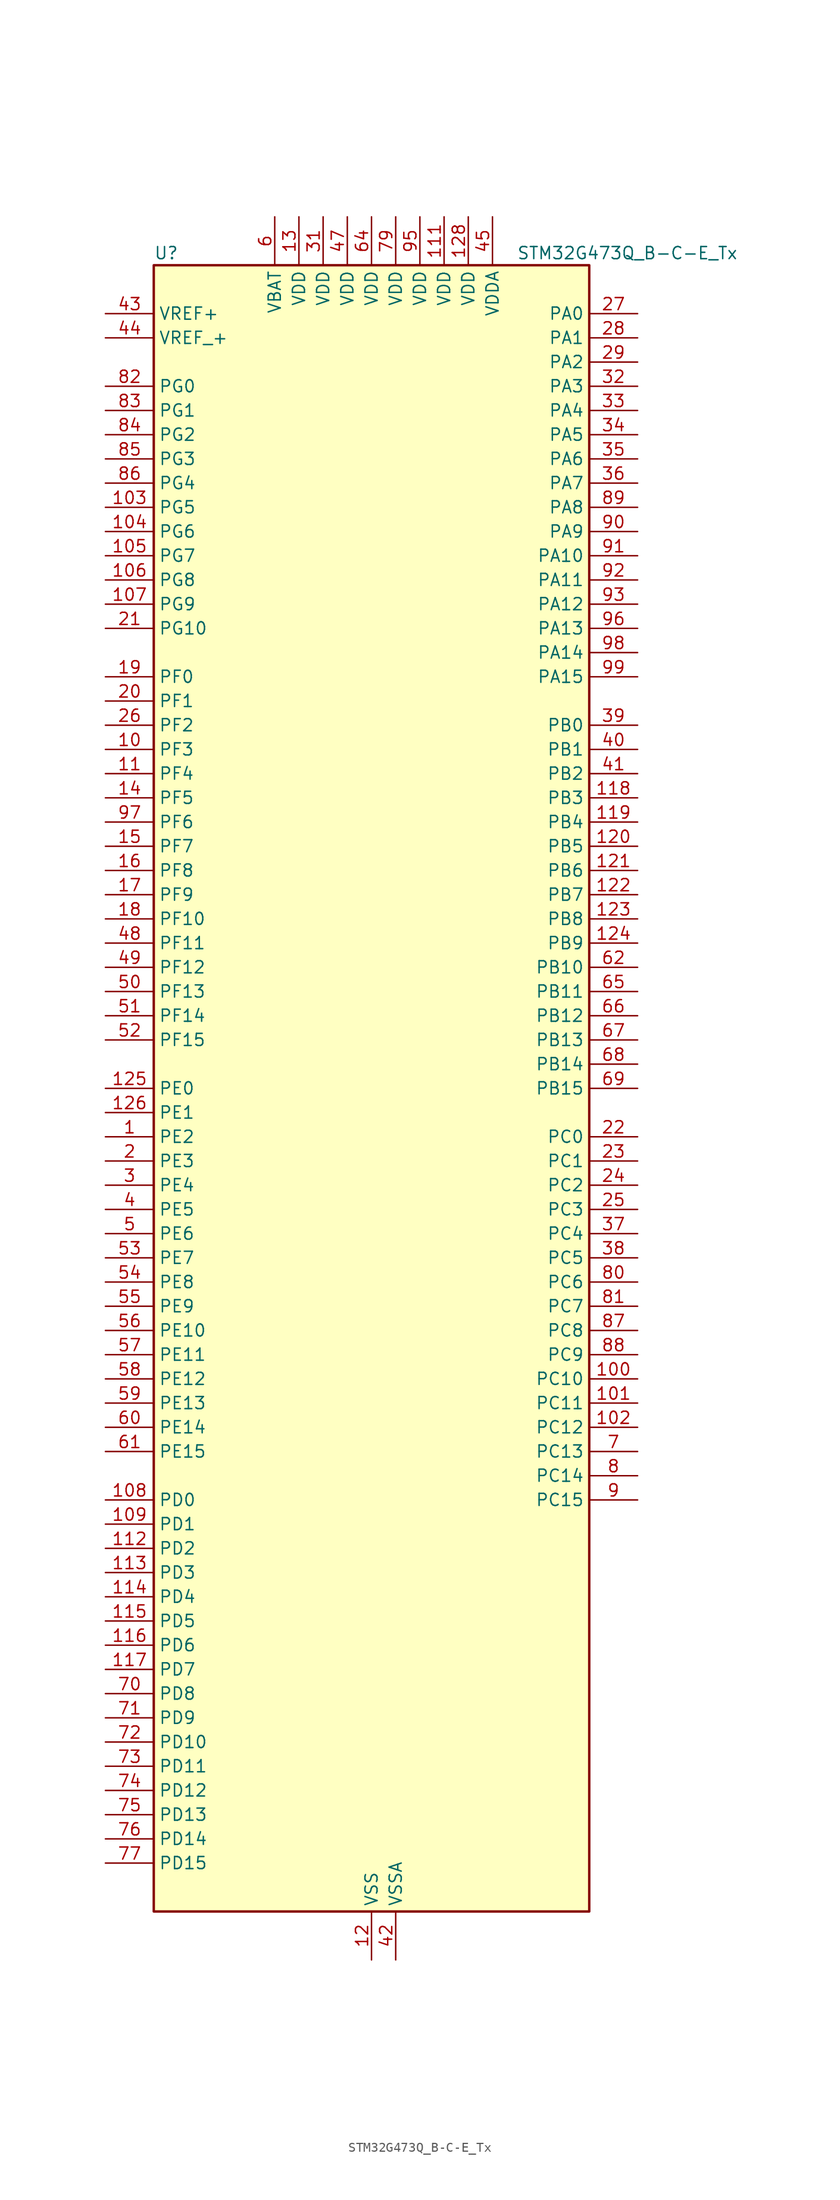
<source format=kicad_sym>
(kicad_symbol_lib
  (version 20241209)
  (generator "kicad_symbol_editor")
  (generator_version "9.0")
  (symbol "STM32G473Q_B-C-E_Tx"
    (property "Reference" "U"
      (at -22.86 87.63 0)
      (effects (font (size 1.27 1.27)) (justify left)))
    (property "Value" "STM32G473Q_B-C-E_Tx"
      (at 15.24 87.63 0)
      (effects (font (size 1.27 1.27)) (justify left)))
    (symbol "STM32G473Q_B-C-E_Tx_0_1"
      (rectangle (start -22.86 -86.36) (end 22.86 86.36) (stroke (width 0.254) (type default)) (fill (type background))))
    (symbol "STM32G473Q_B-C-E_Tx_1_1"
      (pin input line (at -27.94 81.28 0) (length 5.08) (name "VREF+" (effects (font (size 1.27 1.27)))) (number "43" (effects (font (size 1.27 1.27)))) (alternate "VREFBUF_OUT1" bidirectional line))
      (pin input line (at -27.94 78.74 0) (length 5.08) (name "VREF_+" (effects (font (size 1.27 1.27)))) (number "44" (effects (font (size 1.27 1.27)))) (alternate "VREFBUF_OUT2" bidirectional line))
      (pin bidirectional line (at -27.94 73.66 0) (length 5.08) (name "PG0" (effects (font (size 1.27 1.27)))) (number "82" (effects (font (size 1.27 1.27)))) (alternate "FMC_A10" bidirectional line) (alternate "TIM20_CH1N" bidirectional line))
      (pin bidirectional line (at -27.94 71.12 0) (length 5.08) (name "PG1" (effects (font (size 1.27 1.27)))) (number "83" (effects (font (size 1.27 1.27)))) (alternate "FMC_A11" bidirectional line) (alternate "TIM20_CH2N" bidirectional line))
      (pin bidirectional line (at -27.94 68.58 0) (length 5.08) (name "PG2" (effects (font (size 1.27 1.27)))) (number "84" (effects (font (size 1.27 1.27)))) (alternate "ADC3_EXTI2" bidirectional line) (alternate "ADC4_EXTI2" bidirectional line) (alternate "ADC5_EXTI2" bidirectional line) (alternate "FMC_A12" bidirectional line) (alternate "SPI1_SCK" bidirectional line) (alternate "TIM20_CH3N" bidirectional line))
      (pin bidirectional line (at -27.94 66.04 0) (length 5.08) (name "PG3" (effects (font (size 1.27 1.27)))) (number "85" (effects (font (size 1.27 1.27)))) (alternate "ADC3_EXTI3" bidirectional line) (alternate "ADC4_EXTI3" bidirectional line) (alternate "ADC5_EXTI3" bidirectional line) (alternate "FMC_A13" bidirectional line) (alternate "I2C4_SCL" bidirectional line) (alternate "SPI1_MISO" bidirectional line) (alternate "TIM20_BKIN" bidirectional line) (alternate "TIM20_CH4N" bidirectional line))
      (pin bidirectional line (at -27.94 63.5 0) (length 5.08) (name "PG4" (effects (font (size 1.27 1.27)))) (number "86" (effects (font (size 1.27 1.27)))) (alternate "FMC_A14" bidirectional line) (alternate "I2C4_SDA" bidirectional line) (alternate "SPI1_MOSI" bidirectional line) (alternate "TIM20_BKIN2" bidirectional line))
      (pin bidirectional line (at -27.94 60.96 0) (length 5.08) (name "PG5" (effects (font (size 1.27 1.27)))) (number "103" (effects (font (size 1.27 1.27)))) (alternate "FMC_A15" bidirectional line) (alternate "LPUART1_CTS" bidirectional line) (alternate "SPI1_NSS" bidirectional line) (alternate "TIM20_ETR" bidirectional line))
      (pin bidirectional line (at -27.94 58.42 0) (length 5.08) (name "PG6" (effects (font (size 1.27 1.27)))) (number "104" (effects (font (size 1.27 1.27)))) (alternate "FMC_INT" bidirectional line) (alternate "I2C3_SMBA" bidirectional line) (alternate "LPUART1_DE" bidirectional line) (alternate "LPUART1_RTS" bidirectional line) (alternate "TIM20_BKIN" bidirectional line))
      (pin bidirectional line (at -27.94 55.88 0) (length 5.08) (name "PG7" (effects (font (size 1.27 1.27)))) (number "105" (effects (font (size 1.27 1.27)))) (alternate "FMC_INT" bidirectional line) (alternate "I2C3_SCL" bidirectional line) (alternate "LPUART1_TX" bidirectional line) (alternate "SAI1_CK1" bidirectional line) (alternate "SAI1_MCLK_A" bidirectional line))
      (pin bidirectional line (at -27.94 53.34 0) (length 5.08) (name "PG8" (effects (font (size 1.27 1.27)))) (number "106" (effects (font (size 1.27 1.27)))) (alternate "FMC_NE3" bidirectional line) (alternate "I2C3_SDA" bidirectional line) (alternate "LPUART1_RX" bidirectional line))
      (pin bidirectional line (at -27.94 50.8 0) (length 5.08) (name "PG9" (effects (font (size 1.27 1.27)))) (number "107" (effects (font (size 1.27 1.27)))) (alternate "DAC1_EXTI9" bidirectional line) (alternate "DAC2_EXTI9" bidirectional line) (alternate "DAC3_EXTI9" bidirectional line) (alternate "DAC4_EXTI9" bidirectional line) (alternate "FMC_NCE" bidirectional line) (alternate "FMC_NE2" bidirectional line) (alternate "SPI3_SCK" bidirectional line) (alternate "TIM15_CH1N" bidirectional line) (alternate "USART1_TX" bidirectional line))
      (pin bidirectional line (at -27.94 48.26 0) (length 5.08) (name "PG10" (effects (font (size 1.27 1.27)))) (number "21" (effects (font (size 1.27 1.27)))) (alternate "DAC1_EXTI10" bidirectional line) (alternate "DAC2_EXTI10" bidirectional line) (alternate "DAC3_EXTI10" bidirectional line) (alternate "DAC4_EXTI10" bidirectional line) (alternate "RCC_MCO" bidirectional line))
      (pin bidirectional line (at -27.94 43.18 0) (length 5.08) (name "PF0" (effects (font (size 1.27 1.27)))) (number "19" (effects (font (size 1.27 1.27)))) (alternate "ADC1_IN10" bidirectional line) (alternate "I2C2_SDA" bidirectional line) (alternate "I2S2_WS" bidirectional line) (alternate "RCC_OSC_IN" bidirectional line) (alternate "SPI2_NSS" bidirectional line) (alternate "TIM1_CH3N" bidirectional line))
      (pin bidirectional line (at -27.94 40.64 0) (length 5.08) (name "PF1" (effects (font (size 1.27 1.27)))) (number "20" (effects (font (size 1.27 1.27)))) (alternate "ADC2_IN10" bidirectional line) (alternate "COMP3_INM" bidirectional line) (alternate "I2S2_CK" bidirectional line) (alternate "RCC_OSC_OUT" bidirectional line) (alternate "SPI2_SCK" bidirectional line))
      (pin bidirectional line (at -27.94 38.1 0) (length 5.08) (name "PF2" (effects (font (size 1.27 1.27)))) (number "26" (effects (font (size 1.27 1.27)))) (alternate "ADC3_EXTI2" bidirectional line) (alternate "ADC4_EXTI2" bidirectional line) (alternate "ADC5_EXTI2" bidirectional line) (alternate "FMC_A2" bidirectional line) (alternate "I2C2_SMBA" bidirectional line) (alternate "TIM20_CH3" bidirectional line))
      (pin bidirectional line (at -27.94 35.56 0) (length 5.08) (name "PF3" (effects (font (size 1.27 1.27)))) (number "10" (effects (font (size 1.27 1.27)))) (alternate "ADC3_EXTI3" bidirectional line) (alternate "ADC4_EXTI3" bidirectional line) (alternate "ADC5_EXTI3" bidirectional line) (alternate "FMC_A3" bidirectional line) (alternate "I2C3_SCL" bidirectional line) (alternate "TIM20_CH4" bidirectional line))
      (pin bidirectional line (at -27.94 33.02 0) (length 5.08) (name "PF4" (effects (font (size 1.27 1.27)))) (number "11" (effects (font (size 1.27 1.27)))) (alternate "COMP1_OUT" bidirectional line) (alternate "FMC_A4" bidirectional line) (alternate "I2C3_SDA" bidirectional line) (alternate "TIM20_CH1N" bidirectional line))
      (pin bidirectional line (at -27.94 30.48 0) (length 5.08) (name "PF5" (effects (font (size 1.27 1.27)))) (number "14" (effects (font (size 1.27 1.27)))) (alternate "FMC_A5" bidirectional line) (alternate "TIM20_CH2N" bidirectional line))
      (pin bidirectional line (at -27.94 27.94 0) (length 5.08) (name "PF6" (effects (font (size 1.27 1.27)))) (number "97" (effects (font (size 1.27 1.27)))) (alternate "I2C2_SCL" bidirectional line) (alternate "QUADSPI1_BK1_IO3" bidirectional line) (alternate "SAI1_SD_B" bidirectional line) (alternate "TIM4_CH4" bidirectional line) (alternate "TIM5_CH1" bidirectional line) (alternate "TIM5_ETR" bidirectional line) (alternate "USART3_RTS" bidirectional line))
      (pin bidirectional line (at -27.94 25.4 0) (length 5.08) (name "PF7" (effects (font (size 1.27 1.27)))) (number "15" (effects (font (size 1.27 1.27)))) (alternate "FMC_A1" bidirectional line) (alternate "QUADSPI1_BK1_IO2" bidirectional line) (alternate "SAI1_MCLK_B" bidirectional line) (alternate "TIM20_BKIN" bidirectional line) (alternate "TIM5_CH2" bidirectional line))
      (pin bidirectional line (at -27.94 22.86 0) (length 5.08) (name "PF8" (effects (font (size 1.27 1.27)))) (number "16" (effects (font (size 1.27 1.27)))) (alternate "FMC_A24" bidirectional line) (alternate "QUADSPI1_BK1_IO0" bidirectional line) (alternate "SAI1_SCK_B" bidirectional line) (alternate "TIM20_BKIN2" bidirectional line) (alternate "TIM5_CH3" bidirectional line))
      (pin bidirectional line (at -27.94 20.32 0) (length 5.08) (name "PF9" (effects (font (size 1.27 1.27)))) (number "17" (effects (font (size 1.27 1.27)))) (alternate "DAC1_EXTI9" bidirectional line) (alternate "DAC2_EXTI9" bidirectional line) (alternate "DAC3_EXTI9" bidirectional line) (alternate "DAC4_EXTI9" bidirectional line) (alternate "FMC_A25" bidirectional line) (alternate "QUADSPI1_BK1_IO1" bidirectional line) (alternate "SAI1_FS_B" bidirectional line) (alternate "SPI2_SCK" bidirectional line) (alternate "TIM15_CH1" bidirectional line) (alternate "TIM20_BKIN" bidirectional line) (alternate "TIM5_CH4" bidirectional line))
      (pin bidirectional line (at -27.94 17.78 0) (length 5.08) (name "PF10" (effects (font (size 1.27 1.27)))) (number "18" (effects (font (size 1.27 1.27)))) (alternate "DAC1_EXTI10" bidirectional line) (alternate "DAC2_EXTI10" bidirectional line) (alternate "DAC3_EXTI10" bidirectional line) (alternate "DAC4_EXTI10" bidirectional line) (alternate "FMC_A0" bidirectional line) (alternate "QUADSPI1_CLK" bidirectional line) (alternate "SAI1_D3" bidirectional line) (alternate "SPI2_SCK" bidirectional line) (alternate "TIM15_CH2" bidirectional line) (alternate "TIM20_BKIN2" bidirectional line))
      (pin bidirectional line (at -27.94 15.24 0) (length 5.08) (name "PF11" (effects (font (size 1.27 1.27)))) (number "48" (effects (font (size 1.27 1.27)))) (alternate "ADC1_EXTI11" bidirectional line) (alternate "ADC2_EXTI11" bidirectional line) (alternate "FMC_NE4" bidirectional line) (alternate "TIM20_ETR" bidirectional line))
      (pin bidirectional line (at -27.94 12.7 0) (length 5.08) (name "PF12" (effects (font (size 1.27 1.27)))) (number "49" (effects (font (size 1.27 1.27)))) (alternate "FMC_A6" bidirectional line) (alternate "TIM20_CH1" bidirectional line))
      (pin bidirectional line (at -27.94 10.16 0) (length 5.08) (name "PF13" (effects (font (size 1.27 1.27)))) (number "50" (effects (font (size 1.27 1.27)))) (alternate "FMC_A7" bidirectional line) (alternate "I2C4_SMBA" bidirectional line) (alternate "TIM20_CH2" bidirectional line))
      (pin bidirectional line (at -27.94 7.62 0) (length 5.08) (name "PF14" (effects (font (size 1.27 1.27)))) (number "51" (effects (font (size 1.27 1.27)))) (alternate "FMC_A8" bidirectional line) (alternate "I2C4_SCL" bidirectional line) (alternate "TIM20_CH3" bidirectional line))
      (pin bidirectional line (at -27.94 5.08 0) (length 5.08) (name "PF15" (effects (font (size 1.27 1.27)))) (number "52" (effects (font (size 1.27 1.27)))) (alternate "ADC1_EXTI15" bidirectional line) (alternate "ADC2_EXTI15" bidirectional line) (alternate "FMC_A9" bidirectional line) (alternate "I2C4_SDA" bidirectional line) (alternate "TIM20_CH4" bidirectional line))
      (pin bidirectional line (at -27.94 0 0) (length 5.08) (name "PE0" (effects (font (size 1.27 1.27)))) (number "125" (effects (font (size 1.27 1.27)))) (alternate "FMC_NBL0" bidirectional line) (alternate "TIM16_CH1" bidirectional line) (alternate "TIM20_CH4N" bidirectional line) (alternate "TIM20_ETR" bidirectional line) (alternate "TIM4_ETR" bidirectional line) (alternate "USART1_TX" bidirectional line))
      (pin bidirectional line (at -27.94 -2.54 0) (length 5.08) (name "PE1" (effects (font (size 1.27 1.27)))) (number "126" (effects (font (size 1.27 1.27)))) (alternate "FMC_NBL1" bidirectional line) (alternate "TIM17_CH1" bidirectional line) (alternate "TIM20_CH4" bidirectional line) (alternate "USART1_RX" bidirectional line))
      (pin bidirectional line (at -27.94 -5.08 0) (length 5.08) (name "PE2" (effects (font (size 1.27 1.27)))) (number "1" (effects (font (size 1.27 1.27)))) (alternate "ADC3_EXTI2" bidirectional line) (alternate "ADC4_EXTI2" bidirectional line) (alternate "ADC5_EXTI2" bidirectional line) (alternate "FMC_A23" bidirectional line) (alternate "SAI1_CK1" bidirectional line) (alternate "SAI1_MCLK_A" bidirectional line) (alternate "SPI4_SCK" bidirectional line) (alternate "SYS_TRACECLK" bidirectional line) (alternate "TIM20_CH1" bidirectional line) (alternate "TIM3_CH1" bidirectional line))
      (pin bidirectional line (at -27.94 -7.62 0) (length 5.08) (name "PE3" (effects (font (size 1.27 1.27)))) (number "2" (effects (font (size 1.27 1.27)))) (alternate "ADC3_EXTI3" bidirectional line) (alternate "ADC4_EXTI3" bidirectional line) (alternate "ADC5_EXTI3" bidirectional line) (alternate "FMC_A19" bidirectional line) (alternate "SAI1_SD_B" bidirectional line) (alternate "SPI4_NSS" bidirectional line) (alternate "SYS_TRACED0" bidirectional line) (alternate "TIM20_CH2" bidirectional line) (alternate "TIM3_CH2" bidirectional line))
      (pin bidirectional line (at -27.94 -10.16 0) (length 5.08) (name "PE4" (effects (font (size 1.27 1.27)))) (number "3" (effects (font (size 1.27 1.27)))) (alternate "FMC_A20" bidirectional line) (alternate "SAI1_D2" bidirectional line) (alternate "SAI1_FS_A" bidirectional line) (alternate "SPI4_NSS" bidirectional line) (alternate "SYS_TRACED1" bidirectional line) (alternate "TIM20_CH1N" bidirectional line) (alternate "TIM3_CH3" bidirectional line))
      (pin bidirectional line (at -27.94 -12.7 0) (length 5.08) (name "PE5" (effects (font (size 1.27 1.27)))) (number "4" (effects (font (size 1.27 1.27)))) (alternate "FMC_A21" bidirectional line) (alternate "SAI1_CK2" bidirectional line) (alternate "SAI1_SCK_A" bidirectional line) (alternate "SPI4_MISO" bidirectional line) (alternate "SYS_TRACED2" bidirectional line) (alternate "TIM20_CH2N" bidirectional line) (alternate "TIM3_CH4" bidirectional line))
      (pin bidirectional line (at -27.94 -15.24 0) (length 5.08) (name "PE6" (effects (font (size 1.27 1.27)))) (number "5" (effects (font (size 1.27 1.27)))) (alternate "FMC_A22" bidirectional line) (alternate "RTC_TAMP3" bidirectional line) (alternate "SAI1_D1" bidirectional line) (alternate "SAI1_SD_A" bidirectional line) (alternate "SPI4_MOSI" bidirectional line) (alternate "SYS_TRACED3" bidirectional line) (alternate "SYS_WKUP3" bidirectional line) (alternate "TIM20_CH3N" bidirectional line))
      (pin bidirectional line (at -27.94 -17.78 0) (length 5.08) (name "PE7" (effects (font (size 1.27 1.27)))) (number "53" (effects (font (size 1.27 1.27)))) (alternate "ADC3_IN4" bidirectional line) (alternate "COMP4_INP" bidirectional line) (alternate "FMC_D4" bidirectional line) (alternate "FMC_DA4" bidirectional line) (alternate "SAI1_SD_B" bidirectional line) (alternate "TIM1_ETR" bidirectional line))
      (pin bidirectional line (at -27.94 -20.32 0) (length 5.08) (name "PE8" (effects (font (size 1.27 1.27)))) (number "54" (effects (font (size 1.27 1.27)))) (alternate "ADC3_IN6" bidirectional line) (alternate "ADC4_IN6" bidirectional line) (alternate "ADC5_IN6" bidirectional line) (alternate "COMP4_INM" bidirectional line) (alternate "FMC_D5" bidirectional line) (alternate "FMC_DA5" bidirectional line) (alternate "SAI1_SCK_B" bidirectional line) (alternate "TIM1_CH1N" bidirectional line) (alternate "TIM5_CH3" bidirectional line))
      (pin bidirectional line (at -27.94 -22.86 0) (length 5.08) (name "PE9" (effects (font (size 1.27 1.27)))) (number "55" (effects (font (size 1.27 1.27)))) (alternate "ADC3_IN2" bidirectional line) (alternate "DAC1_EXTI9" bidirectional line) (alternate "DAC2_EXTI9" bidirectional line) (alternate "DAC3_EXTI9" bidirectional line) (alternate "DAC4_EXTI9" bidirectional line) (alternate "FMC_D6" bidirectional line) (alternate "FMC_DA6" bidirectional line) (alternate "SAI1_FS_B" bidirectional line) (alternate "TIM1_CH1" bidirectional line) (alternate "TIM5_CH4" bidirectional line))
      (pin bidirectional line (at -27.94 -25.4 0) (length 5.08) (name "PE10" (effects (font (size 1.27 1.27)))) (number "56" (effects (font (size 1.27 1.27)))) (alternate "ADC3_IN14" bidirectional line) (alternate "ADC4_IN14" bidirectional line) (alternate "ADC5_IN14" bidirectional line) (alternate "DAC1_EXTI10" bidirectional line) (alternate "DAC2_EXTI10" bidirectional line) (alternate "DAC3_EXTI10" bidirectional line) (alternate "DAC4_EXTI10" bidirectional line) (alternate "FMC_D7" bidirectional line) (alternate "FMC_DA7" bidirectional line) (alternate "QUADSPI1_CLK" bidirectional line) (alternate "SAI1_MCLK_B" bidirectional line) (alternate "TIM1_CH2N" bidirectional line))
      (pin bidirectional line (at -27.94 -27.94 0) (length 5.08) (name "PE11" (effects (font (size 1.27 1.27)))) (number "57" (effects (font (size 1.27 1.27)))) (alternate "ADC1_EXTI11" bidirectional line) (alternate "ADC2_EXTI11" bidirectional line) (alternate "ADC3_IN15" bidirectional line) (alternate "ADC4_IN15" bidirectional line) (alternate "ADC5_IN15" bidirectional line) (alternate "FMC_D8" bidirectional line) (alternate "FMC_DA8" bidirectional line) (alternate "QUADSPI1_BK1_NCS" bidirectional line) (alternate "SPI4_NSS" bidirectional line) (alternate "TIM1_CH2" bidirectional line))
      (pin bidirectional line (at -27.94 -30.48 0) (length 5.08) (name "PE12" (effects (font (size 1.27 1.27)))) (number "58" (effects (font (size 1.27 1.27)))) (alternate "ADC3_IN16" bidirectional line) (alternate "ADC4_IN16" bidirectional line) (alternate "ADC5_IN16" bidirectional line) (alternate "FMC_D9" bidirectional line) (alternate "FMC_DA9" bidirectional line) (alternate "QUADSPI1_BK1_IO0" bidirectional line) (alternate "SPI4_SCK" bidirectional line) (alternate "TIM1_CH3N" bidirectional line))
      (pin bidirectional line (at -27.94 -33.02 0) (length 5.08) (name "PE13" (effects (font (size 1.27 1.27)))) (number "59" (effects (font (size 1.27 1.27)))) (alternate "ADC3_IN3" bidirectional line) (alternate "FMC_D10" bidirectional line) (alternate "FMC_DA10" bidirectional line) (alternate "QUADSPI1_BK1_IO1" bidirectional line) (alternate "SPI4_MISO" bidirectional line) (alternate "TIM1_CH3" bidirectional line))
      (pin bidirectional line (at -27.94 -35.56 0) (length 5.08) (name "PE14" (effects (font (size 1.27 1.27)))) (number "60" (effects (font (size 1.27 1.27)))) (alternate "ADC4_IN1" bidirectional line) (alternate "FMC_D11" bidirectional line) (alternate "FMC_DA11" bidirectional line) (alternate "QUADSPI1_BK1_IO2" bidirectional line) (alternate "SPI4_MOSI" bidirectional line) (alternate "TIM1_BKIN2" bidirectional line) (alternate "TIM1_CH4" bidirectional line))
      (pin bidirectional line (at -27.94 -38.1 0) (length 5.08) (name "PE15" (effects (font (size 1.27 1.27)))) (number "61" (effects (font (size 1.27 1.27)))) (alternate "ADC1_EXTI15" bidirectional line) (alternate "ADC2_EXTI15" bidirectional line) (alternate "ADC4_IN2" bidirectional line) (alternate "FMC_D12" bidirectional line) (alternate "FMC_DA12" bidirectional line) (alternate "QUADSPI1_BK1_IO3" bidirectional line) (alternate "TIM1_BKIN" bidirectional line) (alternate "TIM1_CH4N" bidirectional line) (alternate "USART3_RX" bidirectional line))
      (pin bidirectional line (at -27.94 -43.18 0) (length 5.08) (name "PD0" (effects (font (size 1.27 1.27)))) (number "108" (effects (font (size 1.27 1.27)))) (alternate "FDCAN1_RX" bidirectional line) (alternate "FMC_D2" bidirectional line) (alternate "FMC_DA2" bidirectional line) (alternate "TIM8_CH4N" bidirectional line))
      (pin bidirectional line (at -27.94 -45.72 0) (length 5.08) (name "PD1" (effects (font (size 1.27 1.27)))) (number "109" (effects (font (size 1.27 1.27)))) (alternate "FDCAN1_TX" bidirectional line) (alternate "FMC_D3" bidirectional line) (alternate "FMC_DA3" bidirectional line) (alternate "TIM8_BKIN2" bidirectional line) (alternate "TIM8_CH4" bidirectional line))
      (pin bidirectional line (at -27.94 -48.26 0) (length 5.08) (name "PD2" (effects (font (size 1.27 1.27)))) (number "112" (effects (font (size 1.27 1.27)))) (alternate "ADC3_EXTI2" bidirectional line) (alternate "ADC4_EXTI2" bidirectional line) (alternate "ADC5_EXTI2" bidirectional line) (alternate "TIM3_ETR" bidirectional line) (alternate "TIM8_BKIN" bidirectional line) (alternate "UART5_RX" bidirectional line))
      (pin bidirectional line (at -27.94 -50.8 0) (length 5.08) (name "PD3" (effects (font (size 1.27 1.27)))) (number "113" (effects (font (size 1.27 1.27)))) (alternate "ADC3_EXTI3" bidirectional line) (alternate "ADC4_EXTI3" bidirectional line) (alternate "ADC5_EXTI3" bidirectional line) (alternate "FMC_CLK" bidirectional line) (alternate "QUADSPI1_BK2_NCS" bidirectional line) (alternate "TIM2_CH1" bidirectional line) (alternate "TIM2_ETR" bidirectional line) (alternate "USART2_CTS" bidirectional line) (alternate "USART2_NSS" bidirectional line))
      (pin bidirectional line (at -27.94 -53.34 0) (length 5.08) (name "PD4" (effects (font (size 1.27 1.27)))) (number "114" (effects (font (size 1.27 1.27)))) (alternate "FMC_NOE" bidirectional line) (alternate "QUADSPI1_BK2_IO0" bidirectional line) (alternate "TIM2_CH2" bidirectional line) (alternate "USART2_DE" bidirectional line) (alternate "USART2_RTS" bidirectional line))
      (pin bidirectional line (at -27.94 -55.88 0) (length 5.08) (name "PD5" (effects (font (size 1.27 1.27)))) (number "115" (effects (font (size 1.27 1.27)))) (alternate "FMC_NWE" bidirectional line) (alternate "QUADSPI1_BK2_IO1" bidirectional line) (alternate "USART2_TX" bidirectional line))
      (pin bidirectional line (at -27.94 -58.42 0) (length 5.08) (name "PD6" (effects (font (size 1.27 1.27)))) (number "116" (effects (font (size 1.27 1.27)))) (alternate "FMC_NWAIT" bidirectional line) (alternate "QUADSPI1_BK2_IO2" bidirectional line) (alternate "SAI1_D1" bidirectional line) (alternate "SAI1_SD_A" bidirectional line) (alternate "TIM2_CH4" bidirectional line) (alternate "USART2_RX" bidirectional line))
      (pin bidirectional line (at -27.94 -60.96 0) (length 5.08) (name "PD7" (effects (font (size 1.27 1.27)))) (number "117" (effects (font (size 1.27 1.27)))) (alternate "FMC_NCE" bidirectional line) (alternate "FMC_NE1" bidirectional line) (alternate "QUADSPI1_BK2_IO3" bidirectional line) (alternate "TIM2_CH3" bidirectional line) (alternate "USART2_CK" bidirectional line))
      (pin bidirectional line (at -27.94 -63.5 0) (length 5.08) (name "PD8" (effects (font (size 1.27 1.27)))) (number "70" (effects (font (size 1.27 1.27)))) (alternate "ADC4_IN12" bidirectional line) (alternate "ADC5_IN12" bidirectional line) (alternate "FMC_D13" bidirectional line) (alternate "FMC_DA13" bidirectional line) (alternate "OPAMP4_VINM" bidirectional line) (alternate "OPAMP4_VINM1" bidirectional line) (alternate "OPAMP4_VINM_SEC" bidirectional line) (alternate "USART3_TX" bidirectional line))
      (pin bidirectional line (at -27.94 -66.04 0) (length 5.08) (name "PD9" (effects (font (size 1.27 1.27)))) (number "71" (effects (font (size 1.27 1.27)))) (alternate "ADC4_IN13" bidirectional line) (alternate "ADC5_IN13" bidirectional line) (alternate "DAC1_EXTI9" bidirectional line) (alternate "DAC2_EXTI9" bidirectional line) (alternate "DAC3_EXTI9" bidirectional line) (alternate "DAC4_EXTI9" bidirectional line) (alternate "FMC_D14" bidirectional line) (alternate "FMC_DA14" bidirectional line) (alternate "OPAMP6_VINP" bidirectional line) (alternate "OPAMP6_VINP_SEC" bidirectional line) (alternate "USART3_RX" bidirectional line))
      (pin bidirectional line (at -27.94 -68.58 0) (length 5.08) (name "PD10" (effects (font (size 1.27 1.27)))) (number "72" (effects (font (size 1.27 1.27)))) (alternate "ADC3_IN7" bidirectional line) (alternate "ADC4_IN7" bidirectional line) (alternate "ADC5_IN7" bidirectional line) (alternate "COMP6_INM" bidirectional line) (alternate "DAC1_EXTI10" bidirectional line) (alternate "DAC2_EXTI10" bidirectional line) (alternate "DAC3_EXTI10" bidirectional line) (alternate "DAC4_EXTI10" bidirectional line) (alternate "FMC_D15" bidirectional line) (alternate "FMC_DA15" bidirectional line) (alternate "USART3_CK" bidirectional line))
      (pin bidirectional line (at -27.94 -71.12 0) (length 5.08) (name "PD11" (effects (font (size 1.27 1.27)))) (number "73" (effects (font (size 1.27 1.27)))) (alternate "ADC1_EXTI11" bidirectional line) (alternate "ADC2_EXTI11" bidirectional line) (alternate "ADC3_IN8" bidirectional line) (alternate "ADC4_IN8" bidirectional line) (alternate "ADC5_IN8" bidirectional line) (alternate "COMP6_INP" bidirectional line) (alternate "FMC_A16" bidirectional line) (alternate "FMC_CLE" bidirectional line) (alternate "I2C4_SMBA" bidirectional line) (alternate "OPAMP4_VINP" bidirectional line) (alternate "OPAMP4_VINP_SEC" bidirectional line) (alternate "TIM5_ETR" bidirectional line) (alternate "USART3_CTS" bidirectional line) (alternate "USART3_NSS" bidirectional line))
      (pin bidirectional line (at -27.94 -73.66 0) (length 5.08) (name "PD12" (effects (font (size 1.27 1.27)))) (number "74" (effects (font (size 1.27 1.27)))) (alternate "ADC3_IN9" bidirectional line) (alternate "ADC4_IN9" bidirectional line) (alternate "ADC5_IN9" bidirectional line) (alternate "COMP5_INP" bidirectional line) (alternate "FMC_A17" bidirectional line) (alternate "FMC_ALE" bidirectional line) (alternate "OPAMP5_VINP" bidirectional line) (alternate "OPAMP5_VINP_SEC" bidirectional line) (alternate "TIM4_CH1" bidirectional line) (alternate "USART3_DE" bidirectional line) (alternate "USART3_RTS" bidirectional line))
      (pin bidirectional line (at -27.94 -76.2 0) (length 5.08) (name "PD13" (effects (font (size 1.27 1.27)))) (number "75" (effects (font (size 1.27 1.27)))) (alternate "ADC3_IN10" bidirectional line) (alternate "ADC4_IN10" bidirectional line) (alternate "ADC5_IN10" bidirectional line) (alternate "COMP5_INM" bidirectional line) (alternate "FMC_A18" bidirectional line) (alternate "TIM4_CH2" bidirectional line))
      (pin bidirectional line (at -27.94 -78.74 0) (length 5.08) (name "PD14" (effects (font (size 1.27 1.27)))) (number "76" (effects (font (size 1.27 1.27)))) (alternate "ADC3_IN11" bidirectional line) (alternate "ADC4_IN11" bidirectional line) (alternate "ADC5_IN11" bidirectional line) (alternate "COMP7_INP" bidirectional line) (alternate "FMC_D0" bidirectional line) (alternate "FMC_DA0" bidirectional line) (alternate "OPAMP2_VINP" bidirectional line) (alternate "OPAMP2_VINP_SEC" bidirectional line) (alternate "TIM4_CH3" bidirectional line))
      (pin bidirectional line (at -27.94 -81.28 0) (length 5.08) (name "PD15" (effects (font (size 1.27 1.27)))) (number "77" (effects (font (size 1.27 1.27)))) (alternate "ADC1_EXTI15" bidirectional line) (alternate "ADC2_EXTI15" bidirectional line) (alternate "COMP7_INM" bidirectional line) (alternate "FMC_D1" bidirectional line) (alternate "FMC_DA1" bidirectional line) (alternate "SPI2_NSS" bidirectional line) (alternate "TIM4_CH4" bidirectional line))
      (pin power_in line (at -10.16 91.44 270) (length 5.08) (name "VBAT" (effects (font (size 1.27 1.27)))) (number "6" (effects (font (size 1.27 1.27)))))
      (pin power_in line (at -7.62 91.44 270) (length 5.08) (name "VDD" (effects (font (size 1.27 1.27)))) (number "13" (effects (font (size 1.27 1.27)))))
      (pin power_in line (at -5.08 91.44 270) (length 5.08) (name "VDD" (effects (font (size 1.27 1.27)))) (number "31" (effects (font (size 1.27 1.27)))))
      (pin power_in line (at -2.54 91.44 270) (length 5.08) (name "VDD" (effects (font (size 1.27 1.27)))) (number "47" (effects (font (size 1.27 1.27)))))
      (pin power_in line (at 0 91.44 270) (length 5.08) (name "VDD" (effects (font (size 1.27 1.27)))) (number "64" (effects (font (size 1.27 1.27)))))
      (pin passive line (at 0 -91.44 90) (length 5.08) (hide yes) (name "VSS" (effects (font (size 1.27 1.27)))) (number "110" (effects (font (size 1.27 1.27)))))
      (pin power_in line (at 0 -91.44 90) (length 5.08) (name "VSS" (effects (font (size 1.27 1.27)))) (number "12" (effects (font (size 1.27 1.27)))))
      (pin passive line (at 0 -91.44 90) (length 5.08) (hide yes) (name "VSS" (effects (font (size 1.27 1.27)))) (number "127" (effects (font (size 1.27 1.27)))))
      (pin passive line (at 0 -91.44 90) (length 5.08) (hide yes) (name "VSS" (effects (font (size 1.27 1.27)))) (number "30" (effects (font (size 1.27 1.27)))))
      (pin passive line (at 0 -91.44 90) (length 5.08) (hide yes) (name "VSS" (effects (font (size 1.27 1.27)))) (number "46" (effects (font (size 1.27 1.27)))))
      (pin passive line (at 0 -91.44 90) (length 5.08) (hide yes) (name "VSS" (effects (font (size 1.27 1.27)))) (number "63" (effects (font (size 1.27 1.27)))))
      (pin passive line (at 0 -91.44 90) (length 5.08) (hide yes) (name "VSS" (effects (font (size 1.27 1.27)))) (number "78" (effects (font (size 1.27 1.27)))))
      (pin passive line (at 0 -91.44 90) (length 5.08) (hide yes) (name "VSS" (effects (font (size 1.27 1.27)))) (number "94" (effects (font (size 1.27 1.27)))))
      (pin power_in line (at 2.54 91.44 270) (length 5.08) (name "VDD" (effects (font (size 1.27 1.27)))) (number "79" (effects (font (size 1.27 1.27)))))
      (pin power_in line (at 2.54 -91.44 90) (length 5.08) (name "VSSA" (effects (font (size 1.27 1.27)))) (number "42" (effects (font (size 1.27 1.27)))))
      (pin power_in line (at 5.08 91.44 270) (length 5.08) (name "VDD" (effects (font (size 1.27 1.27)))) (number "95" (effects (font (size 1.27 1.27)))))
      (pin power_in line (at 7.62 91.44 270) (length 5.08) (name "VDD" (effects (font (size 1.27 1.27)))) (number "111" (effects (font (size 1.27 1.27)))))
      (pin power_in line (at 10.16 91.44 270) (length 5.08) (name "VDD" (effects (font (size 1.27 1.27)))) (number "128" (effects (font (size 1.27 1.27)))))
      (pin power_in line (at 12.7 91.44 270) (length 5.08) (name "VDDA" (effects (font (size 1.27 1.27)))) (number "45" (effects (font (size 1.27 1.27)))))
      (pin bidirectional line (at 27.94 81.28 180) (length 5.08) (name "PA0" (effects (font (size 1.27 1.27)))) (number "27" (effects (font (size 1.27 1.27)))) (alternate "ADC1_IN1" bidirectional line) (alternate "ADC2_IN1" bidirectional line) (alternate "COMP1_INM" bidirectional line) (alternate "COMP1_OUT" bidirectional line) (alternate "COMP3_INP" bidirectional line) (alternate "RTC_TAMP2" bidirectional line) (alternate "SYS_WKUP1" bidirectional line) (alternate "TIM2_CH1" bidirectional line) (alternate "TIM2_ETR" bidirectional line) (alternate "TIM5_CH1" bidirectional line) (alternate "TIM8_BKIN" bidirectional line) (alternate "TIM8_ETR" bidirectional line) (alternate "USART2_CTS" bidirectional line) (alternate "USART2_NSS" bidirectional line))
      (pin bidirectional line (at 27.94 78.74 180) (length 5.08) (name "PA1" (effects (font (size 1.27 1.27)))) (number "28" (effects (font (size 1.27 1.27)))) (alternate "ADC1_IN2" bidirectional line) (alternate "ADC2_IN2" bidirectional line) (alternate "COMP1_INP" bidirectional line) (alternate "OPAMP1_VINP" bidirectional line) (alternate "OPAMP1_VINP_SEC" bidirectional line) (alternate "OPAMP3_VINP" bidirectional line) (alternate "OPAMP3_VINP_SEC" bidirectional line) (alternate "OPAMP6_VINM" bidirectional line) (alternate "OPAMP6_VINM0" bidirectional line) (alternate "OPAMP6_VINM_SEC" bidirectional line) (alternate "RTC_REFIN" bidirectional line) (alternate "TIM15_CH1N" bidirectional line) (alternate "TIM2_CH2" bidirectional line) (alternate "TIM5_CH2" bidirectional line) (alternate "USART2_DE" bidirectional line) (alternate "USART2_RTS" bidirectional line))
      (pin bidirectional line (at 27.94 76.2 180) (length 5.08) (name "PA2" (effects (font (size 1.27 1.27)))) (number "29" (effects (font (size 1.27 1.27)))) (alternate "ADC1_IN3" bidirectional line) (alternate "ADC3_EXTI2" bidirectional line) (alternate "ADC4_EXTI2" bidirectional line) (alternate "ADC5_EXTI2" bidirectional line) (alternate "COMP2_INM" bidirectional line) (alternate "COMP2_OUT" bidirectional line) (alternate "LPUART1_TX" bidirectional line) (alternate "OPAMP1_VOUT" bidirectional line) (alternate "QUADSPI1_BK1_NCS" bidirectional line) (alternate "RCC_LSCO" bidirectional line) (alternate "SYS_WKUP4" bidirectional line) (alternate "TIM15_CH1" bidirectional line) (alternate "TIM2_CH3" bidirectional line) (alternate "TIM5_CH3" bidirectional line) (alternate "UCPD1_FRSTX1" bidirectional line) (alternate "UCPD1_FRSTX2" bidirectional line) (alternate "USART2_TX" bidirectional line))
      (pin bidirectional line (at 27.94 73.66 180) (length 5.08) (name "PA3" (effects (font (size 1.27 1.27)))) (number "32" (effects (font (size 1.27 1.27)))) (alternate "ADC1_IN4" bidirectional line) (alternate "ADC3_EXTI3" bidirectional line) (alternate "ADC4_EXTI3" bidirectional line) (alternate "ADC5_EXTI3" bidirectional line) (alternate "COMP2_INP" bidirectional line) (alternate "LPUART1_RX" bidirectional line) (alternate "OPAMP1_VINM" bidirectional line) (alternate "OPAMP1_VINM0" bidirectional line) (alternate "OPAMP1_VINM_SEC" bidirectional line) (alternate "OPAMP1_VINP" bidirectional line) (alternate "OPAMP1_VINP_SEC" bidirectional line) (alternate "OPAMP5_VINM" bidirectional line) (alternate "OPAMP5_VINM1" bidirectional line) (alternate "OPAMP5_VINM_SEC" bidirectional line) (alternate "QUADSPI1_CLK" bidirectional line) (alternate "SAI1_CK1" bidirectional line) (alternate "SAI1_MCLK_A" bidirectional line) (alternate "TIM15_CH2" bidirectional line) (alternate "TIM2_CH4" bidirectional line) (alternate "TIM5_CH4" bidirectional line) (alternate "USART2_RX" bidirectional line))
      (pin bidirectional line (at 27.94 71.12 180) (length 5.08) (name "PA4" (effects (font (size 1.27 1.27)))) (number "33" (effects (font (size 1.27 1.27)))) (alternate "ADC2_IN17" bidirectional line) (alternate "COMP1_INM" bidirectional line) (alternate "DAC1_OUT1" bidirectional line) (alternate "I2S3_WS" bidirectional line) (alternate "SAI1_FS_B" bidirectional line) (alternate "SPI1_NSS" bidirectional line) (alternate "SPI3_NSS" bidirectional line) (alternate "TIM3_CH2" bidirectional line) (alternate "USART2_CK" bidirectional line))
      (pin bidirectional line (at 27.94 68.58 180) (length 5.08) (name "PA5" (effects (font (size 1.27 1.27)))) (number "34" (effects (font (size 1.27 1.27)))) (alternate "ADC2_IN13" bidirectional line) (alternate "COMP2_INM" bidirectional line) (alternate "DAC1_OUT2" bidirectional line) (alternate "OPAMP2_VINM" bidirectional line) (alternate "OPAMP2_VINM0" bidirectional line) (alternate "OPAMP2_VINM_SEC" bidirectional line) (alternate "SPI1_SCK" bidirectional line) (alternate "TIM2_CH1" bidirectional line) (alternate "TIM2_ETR" bidirectional line) (alternate "UCPD1_FRSTX1" bidirectional line) (alternate "UCPD1_FRSTX2" bidirectional line))
      (pin bidirectional line (at 27.94 66.04 180) (length 5.08) (name "PA6" (effects (font (size 1.27 1.27)))) (number "35" (effects (font (size 1.27 1.27)))) (alternate "ADC2_IN3" bidirectional line) (alternate "COMP1_OUT" bidirectional line) (alternate "DAC2_OUT1" bidirectional line) (alternate "LPUART1_CTS" bidirectional line) (alternate "OPAMP2_VOUT" bidirectional line) (alternate "QUADSPI1_BK1_IO3" bidirectional line) (alternate "SPI1_MISO" bidirectional line) (alternate "TIM16_CH1" bidirectional line) (alternate "TIM1_BKIN" bidirectional line) (alternate "TIM3_CH1" bidirectional line) (alternate "TIM8_BKIN" bidirectional line))
      (pin bidirectional line (at 27.94 63.5 180) (length 5.08) (name "PA7" (effects (font (size 1.27 1.27)))) (number "36" (effects (font (size 1.27 1.27)))) (alternate "ADC2_IN4" bidirectional line) (alternate "COMP2_INP" bidirectional line) (alternate "COMP2_OUT" bidirectional line) (alternate "OPAMP1_VINP" bidirectional line) (alternate "OPAMP1_VINP_SEC" bidirectional line) (alternate "OPAMP2_VINP" bidirectional line) (alternate "OPAMP2_VINP_SEC" bidirectional line) (alternate "QUADSPI1_BK1_IO2" bidirectional line) (alternate "SPI1_MOSI" bidirectional line) (alternate "TIM17_CH1" bidirectional line) (alternate "TIM1_CH1N" bidirectional line) (alternate "TIM3_CH2" bidirectional line) (alternate "TIM8_CH1N" bidirectional line) (alternate "UCPD1_FRSTX1" bidirectional line) (alternate "UCPD1_FRSTX2" bidirectional line))
      (pin bidirectional line (at 27.94 60.96 180) (length 5.08) (name "PA8" (effects (font (size 1.27 1.27)))) (number "89" (effects (font (size 1.27 1.27)))) (alternate "ADC5_IN1" bidirectional line) (alternate "COMP7_OUT" bidirectional line) (alternate "FDCAN3_RX" bidirectional line) (alternate "I2C2_SDA" bidirectional line) (alternate "I2C3_SCL" bidirectional line) (alternate "I2S2_MCK" bidirectional line) (alternate "OPAMP5_VOUT" bidirectional line) (alternate "RCC_MCO" bidirectional line) (alternate "SAI1_CK2" bidirectional line) (alternate "SAI1_SCK_A" bidirectional line) (alternate "TIM1_CH1" bidirectional line) (alternate "TIM4_ETR" bidirectional line) (alternate "USART1_CK" bidirectional line))
      (pin bidirectional line (at 27.94 58.42 180) (length 5.08) (name "PA9" (effects (font (size 1.27 1.27)))) (number "90" (effects (font (size 1.27 1.27)))) (alternate "ADC5_IN2" bidirectional line) (alternate "COMP5_OUT" bidirectional line) (alternate "DAC1_EXTI9" bidirectional line) (alternate "DAC2_EXTI9" bidirectional line) (alternate "DAC3_EXTI9" bidirectional line) (alternate "DAC4_EXTI9" bidirectional line) (alternate "I2C2_SCL" bidirectional line) (alternate "I2C3_SMBA" bidirectional line) (alternate "I2S3_MCK" bidirectional line) (alternate "SAI1_FS_A" bidirectional line) (alternate "TIM15_BKIN" bidirectional line) (alternate "TIM1_CH2" bidirectional line) (alternate "TIM2_CH3" bidirectional line) (alternate "UCPD1_DBCC1" bidirectional line) (alternate "USART1_TX" bidirectional line))
      (pin bidirectional line (at 27.94 55.88 180) (length 5.08) (name "PA10" (effects (font (size 1.27 1.27)))) (number "91" (effects (font (size 1.27 1.27)))) (alternate "COMP6_OUT" bidirectional line) (alternate "CRS_SYNC" bidirectional line) (alternate "DAC1_EXTI10" bidirectional line) (alternate "DAC2_EXTI10" bidirectional line) (alternate "DAC3_EXTI10" bidirectional line) (alternate "DAC4_EXTI10" bidirectional line) (alternate "I2C2_SMBA" bidirectional line) (alternate "SAI1_D1" bidirectional line) (alternate "SAI1_SD_A" bidirectional line) (alternate "SPI2_MISO" bidirectional line) (alternate "TIM17_BKIN" bidirectional line) (alternate "TIM1_CH3" bidirectional line) (alternate "TIM2_CH4" bidirectional line) (alternate "TIM8_BKIN" bidirectional line) (alternate "UCPD1_DBCC2" bidirectional line) (alternate "USART1_RX" bidirectional line))
      (pin bidirectional line (at 27.94 53.34 180) (length 5.08) (name "PA11" (effects (font (size 1.27 1.27)))) (number "92" (effects (font (size 1.27 1.27)))) (alternate "ADC1_EXTI11" bidirectional line) (alternate "ADC2_EXTI11" bidirectional line) (alternate "COMP1_OUT" bidirectional line) (alternate "FDCAN1_RX" bidirectional line) (alternate "I2S2_SD" bidirectional line) (alternate "SPI2_MOSI" bidirectional line) (alternate "TIM1_BKIN2" bidirectional line) (alternate "TIM1_CH1N" bidirectional line) (alternate "TIM1_CH4" bidirectional line) (alternate "TIM4_CH1" bidirectional line) (alternate "USART1_CTS" bidirectional line) (alternate "USART1_NSS" bidirectional line) (alternate "USB_DM" bidirectional line))
      (pin bidirectional line (at 27.94 50.8 180) (length 5.08) (name "PA12" (effects (font (size 1.27 1.27)))) (number "93" (effects (font (size 1.27 1.27)))) (alternate "COMP2_OUT" bidirectional line) (alternate "FDCAN1_TX" bidirectional line) (alternate "I2S_CKIN" bidirectional line) (alternate "TIM16_CH1" bidirectional line) (alternate "TIM1_CH2N" bidirectional line) (alternate "TIM1_ETR" bidirectional line) (alternate "TIM4_CH2" bidirectional line) (alternate "USART1_DE" bidirectional line) (alternate "USART1_RTS" bidirectional line) (alternate "USB_DP" bidirectional line))
      (pin bidirectional line (at 27.94 48.26 180) (length 5.08) (name "PA13" (effects (font (size 1.27 1.27)))) (number "96" (effects (font (size 1.27 1.27)))) (alternate "I2C1_SCL" bidirectional line) (alternate "I2C4_SCL" bidirectional line) (alternate "IR_OUT" bidirectional line) (alternate "SAI1_SD_B" bidirectional line) (alternate "SYS_JTMS-SWDIO" bidirectional line) (alternate "TIM16_CH1N" bidirectional line) (alternate "TIM4_CH3" bidirectional line) (alternate "USART3_CTS" bidirectional line) (alternate "USART3_NSS" bidirectional line))
      (pin bidirectional line (at 27.94 45.72 180) (length 5.08) (name "PA14" (effects (font (size 1.27 1.27)))) (number "98" (effects (font (size 1.27 1.27)))) (alternate "I2C1_SDA" bidirectional line) (alternate "I2C4_SMBA" bidirectional line) (alternate "LPTIM1_OUT" bidirectional line) (alternate "SAI1_FS_B" bidirectional line) (alternate "SYS_JTCK-SWCLK" bidirectional line) (alternate "TIM1_BKIN" bidirectional line) (alternate "TIM8_CH2" bidirectional line) (alternate "USART2_TX" bidirectional line))
      (pin bidirectional line (at 27.94 43.18 180) (length 5.08) (name "PA15" (effects (font (size 1.27 1.27)))) (number "99" (effects (font (size 1.27 1.27)))) (alternate "ADC1_EXTI15" bidirectional line) (alternate "ADC2_EXTI15" bidirectional line) (alternate "FDCAN3_TX" bidirectional line) (alternate "I2C1_SCL" bidirectional line) (alternate "I2S3_WS" bidirectional line) (alternate "SPI1_NSS" bidirectional line) (alternate "SPI3_NSS" bidirectional line) (alternate "SYS_JTDI" bidirectional line) (alternate "TIM1_BKIN" bidirectional line) (alternate "TIM2_CH1" bidirectional line) (alternate "TIM2_ETR" bidirectional line) (alternate "TIM8_CH1" bidirectional line) (alternate "UART4_DE" bidirectional line) (alternate "UART4_RTS" bidirectional line) (alternate "USART2_RX" bidirectional line))
      (pin bidirectional line (at 27.94 38.1 180) (length 5.08) (name "PB0" (effects (font (size 1.27 1.27)))) (number "39" (effects (font (size 1.27 1.27)))) (alternate "ADC1_IN15" bidirectional line) (alternate "ADC3_IN12" bidirectional line) (alternate "COMP4_INP" bidirectional line) (alternate "OPAMP2_VINP" bidirectional line) (alternate "OPAMP2_VINP_SEC" bidirectional line) (alternate "OPAMP3_VINP" bidirectional line) (alternate "OPAMP3_VINP_SEC" bidirectional line) (alternate "QUADSPI1_BK1_IO1" bidirectional line) (alternate "TIM1_CH2N" bidirectional line) (alternate "TIM3_CH3" bidirectional line) (alternate "TIM8_CH2N" bidirectional line) (alternate "UCPD1_FRSTX1" bidirectional line) (alternate "UCPD1_FRSTX2" bidirectional line))
      (pin bidirectional line (at 27.94 35.56 180) (length 5.08) (name "PB1" (effects (font (size 1.27 1.27)))) (number "40" (effects (font (size 1.27 1.27)))) (alternate "ADC1_IN12" bidirectional line) (alternate "ADC3_IN1" bidirectional line) (alternate "COMP1_INP" bidirectional line) (alternate "COMP4_OUT" bidirectional line) (alternate "LPUART1_DE" bidirectional line) (alternate "LPUART1_RTS" bidirectional line) (alternate "OPAMP3_VOUT" bidirectional line) (alternate "OPAMP6_VINM" bidirectional line) (alternate "OPAMP6_VINM1" bidirectional line) (alternate "OPAMP6_VINM_SEC" bidirectional line) (alternate "QUADSPI1_BK1_IO0" bidirectional line) (alternate "TIM1_CH3N" bidirectional line) (alternate "TIM3_CH4" bidirectional line) (alternate "TIM8_CH3N" bidirectional line))
      (pin bidirectional line (at 27.94 33.02 180) (length 5.08) (name "PB2" (effects (font (size 1.27 1.27)))) (number "41" (effects (font (size 1.27 1.27)))) (alternate "ADC2_IN12" bidirectional line) (alternate "ADC3_EXTI2" bidirectional line) (alternate "ADC4_EXTI2" bidirectional line) (alternate "ADC5_EXTI2" bidirectional line) (alternate "COMP4_INM" bidirectional line) (alternate "I2C3_SMBA" bidirectional line) (alternate "LPTIM1_OUT" bidirectional line) (alternate "OPAMP3_VINM" bidirectional line) (alternate "OPAMP3_VINM0" bidirectional line) (alternate "OPAMP3_VINM_SEC" bidirectional line) (alternate "QUADSPI1_BK2_IO1" bidirectional line) (alternate "RTC_OUT2" bidirectional line) (alternate "TIM20_CH1" bidirectional line) (alternate "TIM5_CH1" bidirectional line))
      (pin bidirectional line (at 27.94 30.48 180) (length 5.08) (name "PB3" (effects (font (size 1.27 1.27)))) (number "118" (effects (font (size 1.27 1.27)))) (alternate "ADC3_EXTI3" bidirectional line) (alternate "ADC4_EXTI3" bidirectional line) (alternate "ADC5_EXTI3" bidirectional line) (alternate "CRS_SYNC" bidirectional line) (alternate "FDCAN3_RX" bidirectional line) (alternate "I2S3_CK" bidirectional line) (alternate "SAI1_SCK_B" bidirectional line) (alternate "SPI1_SCK" bidirectional line) (alternate "SPI3_SCK" bidirectional line) (alternate "SYS_JTDO-SWO" bidirectional line) (alternate "TIM2_CH2" bidirectional line) (alternate "TIM3_ETR" bidirectional line) (alternate "TIM4_ETR" bidirectional line) (alternate "TIM8_CH1N" bidirectional line) (alternate "USART2_TX" bidirectional line))
      (pin bidirectional line (at 27.94 27.94 180) (length 5.08) (name "PB4" (effects (font (size 1.27 1.27)))) (number "119" (effects (font (size 1.27 1.27)))) (alternate "FDCAN3_TX" bidirectional line) (alternate "SAI1_MCLK_B" bidirectional line) (alternate "SPI1_MISO" bidirectional line) (alternate "SPI3_MISO" bidirectional line) (alternate "SYS_JTRST" bidirectional line) (alternate "TIM16_CH1" bidirectional line) (alternate "TIM17_BKIN" bidirectional line) (alternate "TIM3_CH1" bidirectional line) (alternate "TIM8_CH2N" bidirectional line) (alternate "UART5_DE" bidirectional line) (alternate "UART5_RTS" bidirectional line) (alternate "UCPD1_CC2" bidirectional line) (alternate "USART2_RX" bidirectional line))
      (pin bidirectional line (at 27.94 25.4 180) (length 5.08) (name "PB5" (effects (font (size 1.27 1.27)))) (number "120" (effects (font (size 1.27 1.27)))) (alternate "FDCAN2_RX" bidirectional line) (alternate "I2C1_SMBA" bidirectional line) (alternate "I2C3_SDA" bidirectional line) (alternate "I2S3_SD" bidirectional line) (alternate "LPTIM1_IN1" bidirectional line) (alternate "SAI1_SD_B" bidirectional line) (alternate "SPI1_MOSI" bidirectional line) (alternate "SPI3_MOSI" bidirectional line) (alternate "TIM16_BKIN" bidirectional line) (alternate "TIM17_CH1" bidirectional line) (alternate "TIM3_CH2" bidirectional line) (alternate "TIM8_CH3N" bidirectional line) (alternate "UART5_CTS" bidirectional line) (alternate "USART2_CK" bidirectional line))
      (pin bidirectional line (at 27.94 22.86 180) (length 5.08) (name "PB6" (effects (font (size 1.27 1.27)))) (number "121" (effects (font (size 1.27 1.27)))) (alternate "COMP4_OUT" bidirectional line) (alternate "FDCAN2_TX" bidirectional line) (alternate "LPTIM1_ETR" bidirectional line) (alternate "SAI1_FS_B" bidirectional line) (alternate "TIM16_CH1N" bidirectional line) (alternate "TIM4_CH1" bidirectional line) (alternate "TIM8_BKIN2" bidirectional line) (alternate "TIM8_CH1" bidirectional line) (alternate "TIM8_ETR" bidirectional line) (alternate "UCPD1_CC1" bidirectional line) (alternate "USART1_TX" bidirectional line))
      (pin bidirectional line (at 27.94 20.32 180) (length 5.08) (name "PB7" (effects (font (size 1.27 1.27)))) (number "122" (effects (font (size 1.27 1.27)))) (alternate "COMP3_OUT" bidirectional line) (alternate "FMC_NL" bidirectional line) (alternate "I2C1_SDA" bidirectional line) (alternate "I2C4_SDA" bidirectional line) (alternate "LPTIM1_IN2" bidirectional line) (alternate "SYS_PVD_IN" bidirectional line) (alternate "TIM17_CH1N" bidirectional line) (alternate "TIM3_CH4" bidirectional line) (alternate "TIM4_CH2" bidirectional line) (alternate "TIM8_BKIN" bidirectional line) (alternate "UART4_CTS" bidirectional line) (alternate "USART1_RX" bidirectional line))
      (pin bidirectional line (at 27.94 17.78 180) (length 5.08) (name "PB8" (effects (font (size 1.27 1.27)))) (number "123" (effects (font (size 1.27 1.27)))) (alternate "COMP1_OUT" bidirectional line) (alternate "FDCAN1_RX" bidirectional line) (alternate "I2C1_SCL" bidirectional line) (alternate "SAI1_CK1" bidirectional line) (alternate "SAI1_MCLK_A" bidirectional line) (alternate "TIM16_CH1" bidirectional line) (alternate "TIM1_BKIN" bidirectional line) (alternate "TIM4_CH3" bidirectional line) (alternate "TIM8_CH2" bidirectional line) (alternate "USART3_RX" bidirectional line))
      (pin bidirectional line (at 27.94 15.24 180) (length 5.08) (name "PB9" (effects (font (size 1.27 1.27)))) (number "124" (effects (font (size 1.27 1.27)))) (alternate "COMP2_OUT" bidirectional line) (alternate "DAC1_EXTI9" bidirectional line) (alternate "DAC2_EXTI9" bidirectional line) (alternate "DAC3_EXTI9" bidirectional line) (alternate "DAC4_EXTI9" bidirectional line) (alternate "FDCAN1_TX" bidirectional line) (alternate "I2C1_SDA" bidirectional line) (alternate "IR_OUT" bidirectional line) (alternate "SAI1_D2" bidirectional line) (alternate "SAI1_FS_A" bidirectional line) (alternate "TIM17_CH1" bidirectional line) (alternate "TIM1_CH3N" bidirectional line) (alternate "TIM4_CH4" bidirectional line) (alternate "TIM8_CH3" bidirectional line) (alternate "USART3_TX" bidirectional line))
      (pin bidirectional line (at 27.94 12.7 180) (length 5.08) (name "PB10" (effects (font (size 1.27 1.27)))) (number "62" (effects (font (size 1.27 1.27)))) (alternate "COMP5_INM" bidirectional line) (alternate "DAC1_EXTI10" bidirectional line) (alternate "DAC2_EXTI10" bidirectional line) (alternate "DAC3_EXTI10" bidirectional line) (alternate "DAC4_EXTI10" bidirectional line) (alternate "LPUART1_RX" bidirectional line) (alternate "OPAMP3_VINM" bidirectional line) (alternate "OPAMP3_VINM1" bidirectional line) (alternate "OPAMP3_VINM_SEC" bidirectional line) (alternate "OPAMP4_VINM" bidirectional line) (alternate "OPAMP4_VINM0" bidirectional line) (alternate "OPAMP4_VINM_SEC" bidirectional line) (alternate "QUADSPI1_CLK" bidirectional line) (alternate "SAI1_SCK_A" bidirectional line) (alternate "TIM1_BKIN" bidirectional line) (alternate "TIM2_CH3" bidirectional line) (alternate "USART3_TX" bidirectional line))
      (pin bidirectional line (at 27.94 10.16 180) (length 5.08) (name "PB11" (effects (font (size 1.27 1.27)))) (number "65" (effects (font (size 1.27 1.27)))) (alternate "ADC1_EXTI11" bidirectional line) (alternate "ADC1_IN14" bidirectional line) (alternate "ADC2_EXTI11" bidirectional line) (alternate "ADC2_IN14" bidirectional line) (alternate "COMP6_INP" bidirectional line) (alternate "LPUART1_TX" bidirectional line) (alternate "OPAMP4_VINP" bidirectional line) (alternate "OPAMP4_VINP_SEC" bidirectional line) (alternate "OPAMP6_VOUT" bidirectional line) (alternate "QUADSPI1_BK1_NCS" bidirectional line) (alternate "TIM2_CH4" bidirectional line) (alternate "USART3_RX" bidirectional line))
      (pin bidirectional line (at 27.94 7.62 180) (length 5.08) (name "PB12" (effects (font (size 1.27 1.27)))) (number "66" (effects (font (size 1.27 1.27)))) (alternate "ADC1_IN11" bidirectional line) (alternate "ADC4_IN3" bidirectional line) (alternate "COMP7_INM" bidirectional line) (alternate "FDCAN2_RX" bidirectional line) (alternate "I2C2_SMBA" bidirectional line) (alternate "I2S2_WS" bidirectional line) (alternate "LPUART1_DE" bidirectional line) (alternate "LPUART1_RTS" bidirectional line) (alternate "OPAMP4_VOUT" bidirectional line) (alternate "OPAMP6_VINP" bidirectional line) (alternate "OPAMP6_VINP_SEC" bidirectional line) (alternate "SPI2_NSS" bidirectional line) (alternate "TIM1_BKIN" bidirectional line) (alternate "TIM5_ETR" bidirectional line) (alternate "USART3_CK" bidirectional line))
      (pin bidirectional line (at 27.94 5.08 180) (length 5.08) (name "PB13" (effects (font (size 1.27 1.27)))) (number "67" (effects (font (size 1.27 1.27)))) (alternate "ADC3_IN5" bidirectional line) (alternate "COMP5_INP" bidirectional line) (alternate "FDCAN2_TX" bidirectional line) (alternate "I2S2_CK" bidirectional line) (alternate "LPUART1_CTS" bidirectional line) (alternate "OPAMP3_VINP" bidirectional line) (alternate "OPAMP3_VINP_SEC" bidirectional line) (alternate "OPAMP4_VINP" bidirectional line) (alternate "OPAMP4_VINP_SEC" bidirectional line) (alternate "OPAMP6_VINP" bidirectional line) (alternate "OPAMP6_VINP_SEC" bidirectional line) (alternate "SPI2_SCK" bidirectional line) (alternate "TIM1_CH1N" bidirectional line) (alternate "USART3_CTS" bidirectional line) (alternate "USART3_NSS" bidirectional line))
      (pin bidirectional line (at 27.94 2.54 180) (length 5.08) (name "PB14" (effects (font (size 1.27 1.27)))) (number "68" (effects (font (size 1.27 1.27)))) (alternate "ADC1_IN5" bidirectional line) (alternate "ADC4_IN4" bidirectional line) (alternate "COMP4_OUT" bidirectional line) (alternate "COMP7_INP" bidirectional line) (alternate "OPAMP2_VINP" bidirectional line) (alternate "OPAMP2_VINP_SEC" bidirectional line) (alternate "OPAMP5_VINP" bidirectional line) (alternate "OPAMP5_VINP_SEC" bidirectional line) (alternate "SPI2_MISO" bidirectional line) (alternate "TIM15_CH1" bidirectional line) (alternate "TIM1_CH2N" bidirectional line) (alternate "USART3_DE" bidirectional line) (alternate "USART3_RTS" bidirectional line))
      (pin bidirectional line (at 27.94 0 180) (length 5.08) (name "PB15" (effects (font (size 1.27 1.27)))) (number "69" (effects (font (size 1.27 1.27)))) (alternate "ADC1_EXTI15" bidirectional line) (alternate "ADC2_EXTI15" bidirectional line) (alternate "ADC2_IN15" bidirectional line) (alternate "ADC4_IN5" bidirectional line) (alternate "COMP3_OUT" bidirectional line) (alternate "COMP6_INM" bidirectional line) (alternate "I2S2_SD" bidirectional line) (alternate "OPAMP5_VINM" bidirectional line) (alternate "OPAMP5_VINM0" bidirectional line) (alternate "OPAMP5_VINM_SEC" bidirectional line) (alternate "RTC_REFIN" bidirectional line) (alternate "SPI2_MOSI" bidirectional line) (alternate "TIM15_CH1N" bidirectional line) (alternate "TIM15_CH2" bidirectional line) (alternate "TIM1_CH3N" bidirectional line))
      (pin bidirectional line (at 27.94 -5.08 180) (length 5.08) (name "PC0" (effects (font (size 1.27 1.27)))) (number "22" (effects (font (size 1.27 1.27)))) (alternate "ADC1_IN6" bidirectional line) (alternate "ADC2_IN6" bidirectional line) (alternate "COMP3_INM" bidirectional line) (alternate "LPTIM1_IN1" bidirectional line) (alternate "LPUART1_RX" bidirectional line) (alternate "TIM1_CH1" bidirectional line))
      (pin bidirectional line (at 27.94 -7.62 180) (length 5.08) (name "PC1" (effects (font (size 1.27 1.27)))) (number "23" (effects (font (size 1.27 1.27)))) (alternate "ADC1_IN7" bidirectional line) (alternate "ADC2_IN7" bidirectional line) (alternate "COMP3_INP" bidirectional line) (alternate "LPTIM1_OUT" bidirectional line) (alternate "LPUART1_TX" bidirectional line) (alternate "QUADSPI1_BK2_IO0" bidirectional line) (alternate "SAI1_SD_A" bidirectional line) (alternate "TIM1_CH2" bidirectional line))
      (pin bidirectional line (at 27.94 -10.16 180) (length 5.08) (name "PC2" (effects (font (size 1.27 1.27)))) (number "24" (effects (font (size 1.27 1.27)))) (alternate "ADC1_IN8" bidirectional line) (alternate "ADC2_IN8" bidirectional line) (alternate "ADC3_EXTI2" bidirectional line) (alternate "ADC4_EXTI2" bidirectional line) (alternate "ADC5_EXTI2" bidirectional line) (alternate "COMP3_OUT" bidirectional line) (alternate "LPTIM1_IN2" bidirectional line) (alternate "QUADSPI1_BK2_IO1" bidirectional line) (alternate "TIM1_CH3" bidirectional line) (alternate "TIM20_CH2" bidirectional line))
      (pin bidirectional line (at 27.94 -12.7 180) (length 5.08) (name "PC3" (effects (font (size 1.27 1.27)))) (number "25" (effects (font (size 1.27 1.27)))) (alternate "ADC1_IN9" bidirectional line) (alternate "ADC2_IN9" bidirectional line) (alternate "ADC3_EXTI3" bidirectional line) (alternate "ADC4_EXTI3" bidirectional line) (alternate "ADC5_EXTI3" bidirectional line) (alternate "LPTIM1_ETR" bidirectional line) (alternate "OPAMP5_VINP" bidirectional line) (alternate "OPAMP5_VINP_SEC" bidirectional line) (alternate "QUADSPI1_BK2_IO2" bidirectional line) (alternate "SAI1_D1" bidirectional line) (alternate "SAI1_SD_A" bidirectional line) (alternate "TIM1_BKIN2" bidirectional line) (alternate "TIM1_CH4" bidirectional line))
      (pin bidirectional line (at 27.94 -15.24 180) (length 5.08) (name "PC4" (effects (font (size 1.27 1.27)))) (number "37" (effects (font (size 1.27 1.27)))) (alternate "ADC2_IN5" bidirectional line) (alternate "I2C2_SCL" bidirectional line) (alternate "QUADSPI1_BK2_IO3" bidirectional line) (alternate "TIM1_ETR" bidirectional line) (alternate "USART1_TX" bidirectional line))
      (pin bidirectional line (at 27.94 -17.78 180) (length 5.08) (name "PC5" (effects (font (size 1.27 1.27)))) (number "38" (effects (font (size 1.27 1.27)))) (alternate "ADC2_IN11" bidirectional line) (alternate "OPAMP1_VINM" bidirectional line) (alternate "OPAMP1_VINM1" bidirectional line) (alternate "OPAMP1_VINM_SEC" bidirectional line) (alternate "OPAMP2_VINM" bidirectional line) (alternate "OPAMP2_VINM1" bidirectional line) (alternate "OPAMP2_VINM_SEC" bidirectional line) (alternate "SAI1_D3" bidirectional line) (alternate "SYS_WKUP5" bidirectional line) (alternate "TIM15_BKIN" bidirectional line) (alternate "TIM1_CH4N" bidirectional line) (alternate "USART1_RX" bidirectional line))
      (pin bidirectional line (at 27.94 -20.32 180) (length 5.08) (name "PC6" (effects (font (size 1.27 1.27)))) (number "80" (effects (font (size 1.27 1.27)))) (alternate "COMP6_OUT" bidirectional line) (alternate "I2C4_SCL" bidirectional line) (alternate "I2S2_MCK" bidirectional line) (alternate "TIM3_CH1" bidirectional line) (alternate "TIM8_CH1" bidirectional line))
      (pin bidirectional line (at 27.94 -22.86 180) (length 5.08) (name "PC7" (effects (font (size 1.27 1.27)))) (number "81" (effects (font (size 1.27 1.27)))) (alternate "COMP5_OUT" bidirectional line) (alternate "I2C4_SDA" bidirectional line) (alternate "I2S3_MCK" bidirectional line) (alternate "TIM3_CH2" bidirectional line) (alternate "TIM8_CH2" bidirectional line))
      (pin bidirectional line (at 27.94 -25.4 180) (length 5.08) (name "PC8" (effects (font (size 1.27 1.27)))) (number "87" (effects (font (size 1.27 1.27)))) (alternate "COMP7_OUT" bidirectional line) (alternate "I2C3_SCL" bidirectional line) (alternate "TIM20_CH3" bidirectional line) (alternate "TIM3_CH3" bidirectional line) (alternate "TIM8_CH3" bidirectional line))
      (pin bidirectional line (at 27.94 -27.94 180) (length 5.08) (name "PC9" (effects (font (size 1.27 1.27)))) (number "88" (effects (font (size 1.27 1.27)))) (alternate "DAC1_EXTI9" bidirectional line) (alternate "DAC2_EXTI9" bidirectional line) (alternate "DAC3_EXTI9" bidirectional line) (alternate "DAC4_EXTI9" bidirectional line) (alternate "I2C3_SDA" bidirectional line) (alternate "I2S_CKIN" bidirectional line) (alternate "TIM3_CH4" bidirectional line) (alternate "TIM8_BKIN2" bidirectional line) (alternate "TIM8_CH4" bidirectional line))
      (pin bidirectional line (at 27.94 -30.48 180) (length 5.08) (name "PC10" (effects (font (size 1.27 1.27)))) (number "100" (effects (font (size 1.27 1.27)))) (alternate "DAC1_EXTI10" bidirectional line) (alternate "DAC2_EXTI10" bidirectional line) (alternate "DAC3_EXTI10" bidirectional line) (alternate "DAC4_EXTI10" bidirectional line) (alternate "I2S3_CK" bidirectional line) (alternate "SPI3_SCK" bidirectional line) (alternate "TIM8_CH1N" bidirectional line) (alternate "UART4_TX" bidirectional line) (alternate "USART3_TX" bidirectional line))
      (pin bidirectional line (at 27.94 -33.02 180) (length 5.08) (name "PC11" (effects (font (size 1.27 1.27)))) (number "101" (effects (font (size 1.27 1.27)))) (alternate "ADC1_EXTI11" bidirectional line) (alternate "ADC2_EXTI11" bidirectional line) (alternate "I2C3_SDA" bidirectional line) (alternate "SPI3_MISO" bidirectional line) (alternate "TIM8_CH2N" bidirectional line) (alternate "UART4_RX" bidirectional line) (alternate "USART3_RX" bidirectional line))
      (pin bidirectional line (at 27.94 -35.56 180) (length 5.08) (name "PC12" (effects (font (size 1.27 1.27)))) (number "102" (effects (font (size 1.27 1.27)))) (alternate "I2S3_SD" bidirectional line) (alternate "SPI3_MOSI" bidirectional line) (alternate "TIM5_CH2" bidirectional line) (alternate "TIM8_CH3N" bidirectional line) (alternate "UART5_TX" bidirectional line) (alternate "UCPD1_FRSTX1" bidirectional line) (alternate "UCPD1_FRSTX2" bidirectional line) (alternate "USART3_CK" bidirectional line))
      (pin bidirectional line (at 27.94 -38.1 180) (length 5.08) (name "PC13" (effects (font (size 1.27 1.27)))) (number "7" (effects (font (size 1.27 1.27)))) (alternate "RTC_OUT1" bidirectional line) (alternate "RTC_TAMP1" bidirectional line) (alternate "RTC_TS" bidirectional line) (alternate "SYS_WKUP2" bidirectional line) (alternate "TIM1_BKIN" bidirectional line) (alternate "TIM1_CH1N" bidirectional line) (alternate "TIM8_CH4N" bidirectional line))
      (pin bidirectional line (at 27.94 -40.64 180) (length 5.08) (name "PC14" (effects (font (size 1.27 1.27)))) (number "8" (effects (font (size 1.27 1.27)))) (alternate "RCC_OSC32_IN" bidirectional line))
      (pin bidirectional line (at 27.94 -43.18 180) (length 5.08) (name "PC15" (effects (font (size 1.27 1.27)))) (number "9" (effects (font (size 1.27 1.27)))) (alternate "ADC1_EXTI15" bidirectional line) (alternate "ADC2_EXTI15" bidirectional line) (alternate "RCC_OSC32_OUT" bidirectional line)))))
</source>
